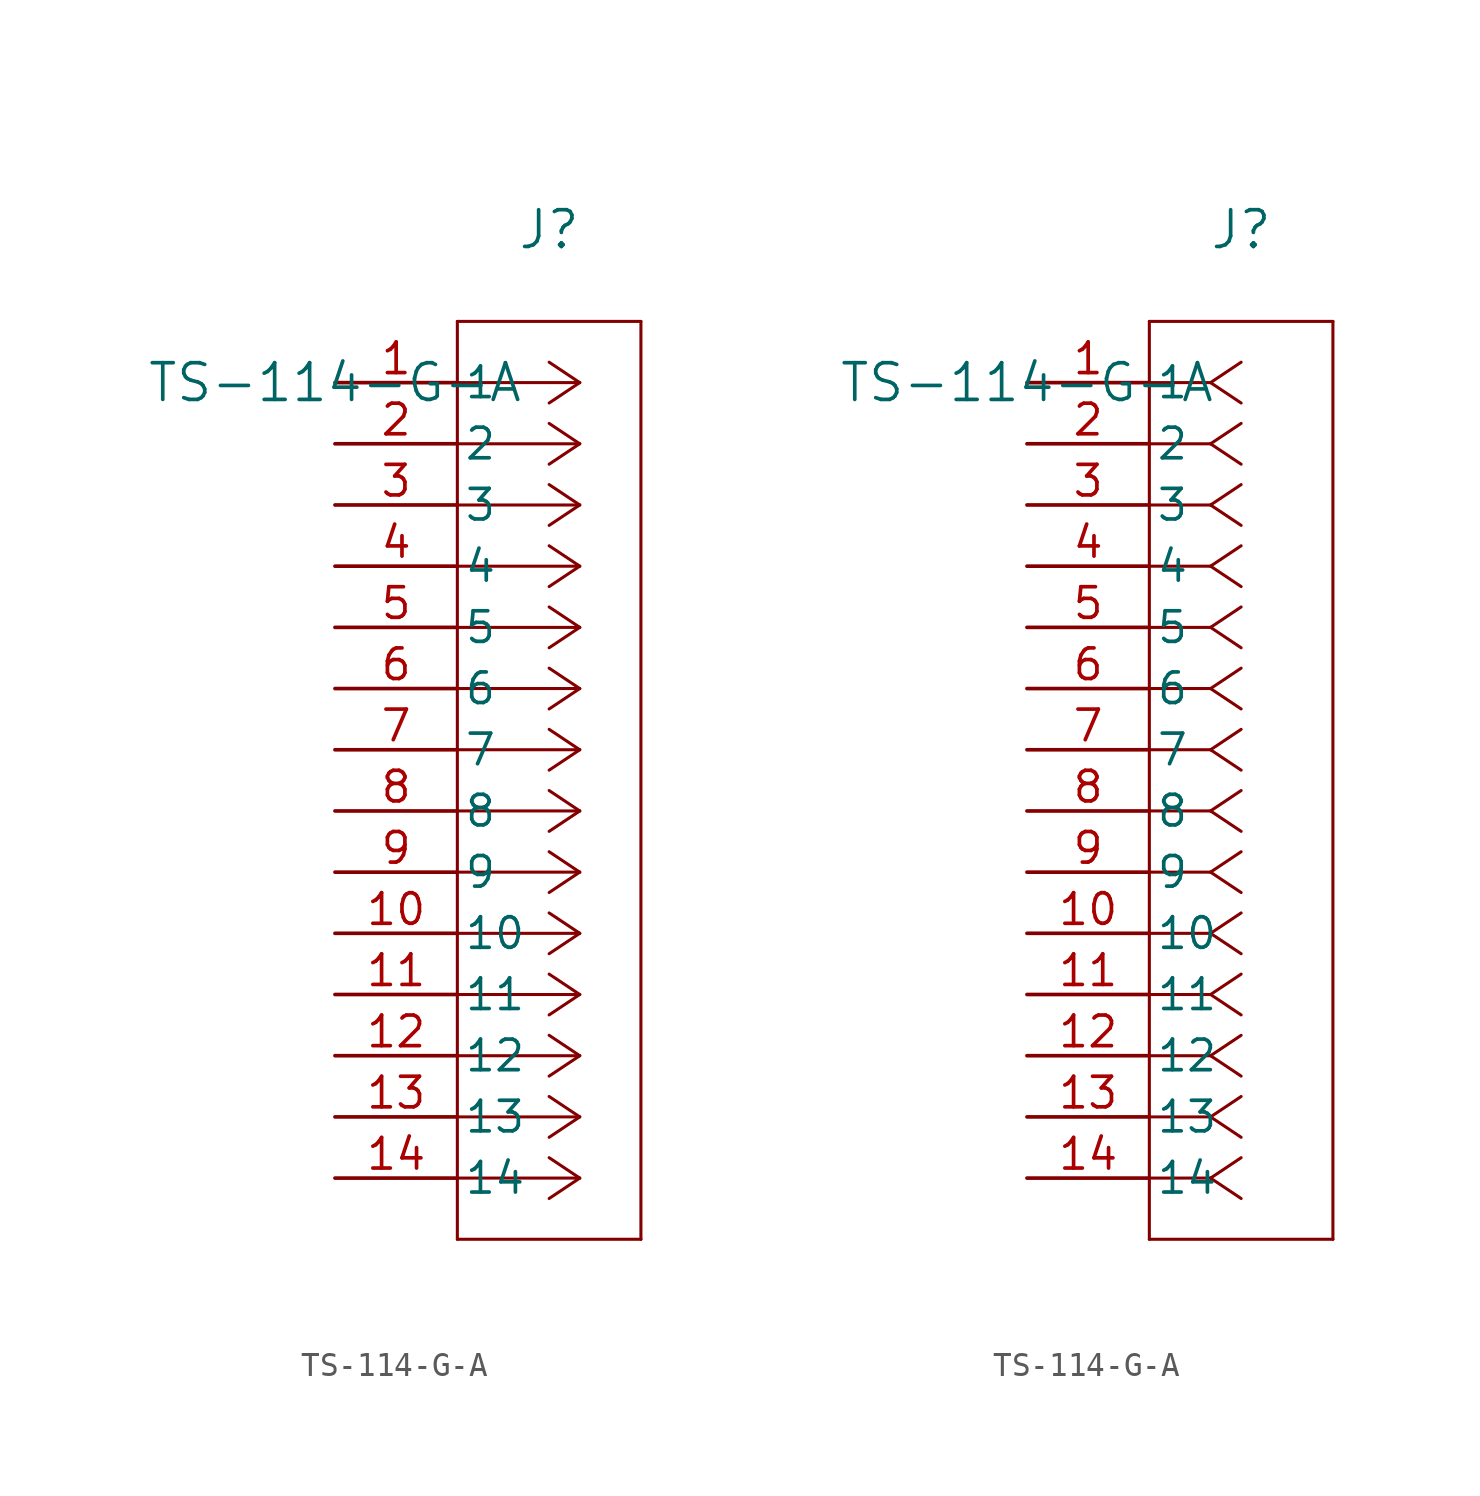
<source format=kicad_sym>
(kicad_symbol_lib
  (version 20211014)
  (generator kicad_symbol_editor)
  (symbol "TS-114-G-A"
    (pin_names
      (offset 0.254))
    (property "Reference" "J"
      (at 8.89 6.35 0)
      (effects (font (size 1.524 1.524))))
    (property "Value" "TS-114-G-A"
      (at 0 0 0)
      (effects (font (size 1.524 1.524))))
    (symbol "TS-114-G-A_1_1"
      (polyline (pts (xy 10.16 0) (xy 5.08 0)) (stroke (width 0.127) (type default) (color 0 0 0 0)) (fill (type none)))
      (polyline (pts (xy 10.16 -2.54) (xy 5.08 -2.54)) (stroke (width 0.127) (type default) (color 0 0 0 0)) (fill (type none)))
      (polyline (pts (xy 10.16 -5.08) (xy 5.08 -5.08)) (stroke (width 0.127) (type default) (color 0 0 0 0)) (fill (type none)))
      (polyline (pts (xy 10.16 -7.62) (xy 5.08 -7.62)) (stroke (width 0.127) (type default) (color 0 0 0 0)) (fill (type none)))
      (polyline (pts (xy 10.16 -10.16) (xy 5.08 -10.16)) (stroke (width 0.127) (type default) (color 0 0 0 0)) (fill (type none)))
      (polyline (pts (xy 10.16 -12.7) (xy 5.08 -12.7)) (stroke (width 0.127) (type default) (color 0 0 0 0)) (fill (type none)))
      (polyline (pts (xy 10.16 -15.24) (xy 5.08 -15.24)) (stroke (width 0.127) (type default) (color 0 0 0 0)) (fill (type none)))
      (polyline (pts (xy 10.16 -17.78) (xy 5.08 -17.78)) (stroke (width 0.127) (type default) (color 0 0 0 0)) (fill (type none)))
      (polyline (pts (xy 10.16 -20.32) (xy 5.08 -20.32)) (stroke (width 0.127) (type default) (color 0 0 0 0)) (fill (type none)))
      (polyline (pts (xy 10.16 -22.86) (xy 5.08 -22.86)) (stroke (width 0.127) (type default) (color 0 0 0 0)) (fill (type none)))
      (polyline (pts (xy 10.16 -25.4) (xy 5.08 -25.4)) (stroke (width 0.127) (type default) (color 0 0 0 0)) (fill (type none)))
      (polyline (pts (xy 10.16 -27.94) (xy 5.08 -27.94)) (stroke (width 0.127) (type default) (color 0 0 0 0)) (fill (type none)))
      (polyline (pts (xy 10.16 -30.48) (xy 5.08 -30.48)) (stroke (width 0.127) (type default) (color 0 0 0 0)) (fill (type none)))
      (polyline (pts (xy 10.16 -33.02) (xy 5.08 -33.02)) (stroke (width 0.127) (type default) (color 0 0 0 0)) (fill (type none)))
      (polyline (pts (xy 10.16 0) (xy 8.89 0.847)) (stroke (width 0.127) (type default) (color 0 0 0 0)) (fill (type none)))
      (polyline (pts (xy 10.16 -2.54) (xy 8.89 -1.693)) (stroke (width 0.127) (type default) (color 0 0 0 0)) (fill (type none)))
      (polyline (pts (xy 10.16 -5.08) (xy 8.89 -4.233)) (stroke (width 0.127) (type default) (color 0 0 0 0)) (fill (type none)))
      (polyline (pts (xy 10.16 -7.62) (xy 8.89 -6.773)) (stroke (width 0.127) (type default) (color 0 0 0 0)) (fill (type none)))
      (polyline (pts (xy 10.16 -10.16) (xy 8.89 -9.313)) (stroke (width 0.127) (type default) (color 0 0 0 0)) (fill (type none)))
      (polyline (pts (xy 10.16 -12.7) (xy 8.89 -11.853)) (stroke (width 0.127) (type default) (color 0 0 0 0)) (fill (type none)))
      (polyline (pts (xy 10.16 -15.24) (xy 8.89 -14.393)) (stroke (width 0.127) (type default) (color 0 0 0 0)) (fill (type none)))
      (polyline (pts (xy 10.16 -17.78) (xy 8.89 -16.933)) (stroke (width 0.127) (type default) (color 0 0 0 0)) (fill (type none)))
      (polyline (pts (xy 10.16 -20.32) (xy 8.89 -19.473)) (stroke (width 0.127) (type default) (color 0 0 0 0)) (fill (type none)))
      (polyline (pts (xy 10.16 -22.86) (xy 8.89 -22.013)) (stroke (width 0.127) (type default) (color 0 0 0 0)) (fill (type none)))
      (polyline (pts (xy 10.16 -25.4) (xy 8.89 -24.553)) (stroke (width 0.127) (type default) (color 0 0 0 0)) (fill (type none)))
      (polyline (pts (xy 10.16 -27.94) (xy 8.89 -27.093)) (stroke (width 0.127) (type default) (color 0 0 0 0)) (fill (type none)))
      (polyline (pts (xy 10.16 -30.48) (xy 8.89 -29.633)) (stroke (width 0.127) (type default) (color 0 0 0 0)) (fill (type none)))
      (polyline (pts (xy 10.16 -33.02) (xy 8.89 -32.173)) (stroke (width 0.127) (type default) (color 0 0 0 0)) (fill (type none)))
      (polyline (pts (xy 10.16 0) (xy 8.89 -0.847)) (stroke (width 0.127) (type default) (color 0 0 0 0)) (fill (type none)))
      (polyline (pts (xy 10.16 -2.54) (xy 8.89 -3.387)) (stroke (width 0.127) (type default) (color 0 0 0 0)) (fill (type none)))
      (polyline (pts (xy 10.16 -5.08) (xy 8.89 -5.927)) (stroke (width 0.127) (type default) (color 0 0 0 0)) (fill (type none)))
      (polyline (pts (xy 10.16 -7.62) (xy 8.89 -8.467)) (stroke (width 0.127) (type default) (color 0 0 0 0)) (fill (type none)))
      (polyline (pts (xy 10.16 -10.16) (xy 8.89 -11.007)) (stroke (width 0.127) (type default) (color 0 0 0 0)) (fill (type none)))
      (polyline (pts (xy 10.16 -12.7) (xy 8.89 -13.547)) (stroke (width 0.127) (type default) (color 0 0 0 0)) (fill (type none)))
      (polyline (pts (xy 10.16 -15.24) (xy 8.89 -16.087)) (stroke (width 0.127) (type default) (color 0 0 0 0)) (fill (type none)))
      (polyline (pts (xy 10.16 -17.78) (xy 8.89 -18.627)) (stroke (width 0.127) (type default) (color 0 0 0 0)) (fill (type none)))
      (polyline (pts (xy 10.16 -20.32) (xy 8.89 -21.167)) (stroke (width 0.127) (type default) (color 0 0 0 0)) (fill (type none)))
      (polyline (pts (xy 10.16 -22.86) (xy 8.89 -23.707)) (stroke (width 0.127) (type default) (color 0 0 0 0)) (fill (type none)))
      (polyline (pts (xy 10.16 -25.4) (xy 8.89 -26.247)) (stroke (width 0.127) (type default) (color 0 0 0 0)) (fill (type none)))
      (polyline (pts (xy 10.16 -27.94) (xy 8.89 -28.787)) (stroke (width 0.127) (type default) (color 0 0 0 0)) (fill (type none)))
      (polyline (pts (xy 10.16 -30.48) (xy 8.89 -31.327)) (stroke (width 0.127) (type default) (color 0 0 0 0)) (fill (type none)))
      (polyline (pts (xy 10.16 -33.02) (xy 8.89 -33.867)) (stroke (width 0.127) (type default) (color 0 0 0 0)) (fill (type none)))
      (polyline (pts (xy 5.08 2.54) (xy 5.08 -35.56)) (stroke (width 0.127) (type default) (color 0 0 0 0)) (fill (type none)))
      (polyline (pts (xy 5.08 -35.56) (xy 12.7 -35.56)) (stroke (width 0.127) (type default) (color 0 0 0 0)) (fill (type none)))
      (polyline (pts (xy 12.7 -35.56) (xy 12.7 2.54)) (stroke (width 0.127) (type default) (color 0 0 0 0)) (fill (type none)))
      (polyline (pts (xy 12.7 2.54) (xy 5.08 2.54)) (stroke (width 0.127) (type default) (color 0 0 0 0)) (fill (type none)))
      (pin unspecified line (at 0 0 0) (length 5.08) (name "1" (effects (font (size 1.27 1.27)))) (number "1" (effects (font (size 1.27 1.27)))))
      (pin unspecified line (at 0 -2.54 0) (length 5.08) (name "2" (effects (font (size 1.27 1.27)))) (number "2" (effects (font (size 1.27 1.27)))))
      (pin unspecified line (at 0 -5.08 0) (length 5.08) (name "3" (effects (font (size 1.27 1.27)))) (number "3" (effects (font (size 1.27 1.27)))))
      (pin unspecified line (at 0 -7.62 0) (length 5.08) (name "4" (effects (font (size 1.27 1.27)))) (number "4" (effects (font (size 1.27 1.27)))))
      (pin unspecified line (at 0 -10.16 0) (length 5.08) (name "5" (effects (font (size 1.27 1.27)))) (number "5" (effects (font (size 1.27 1.27)))))
      (pin unspecified line (at 0 -12.7 0) (length 5.08) (name "6" (effects (font (size 1.27 1.27)))) (number "6" (effects (font (size 1.27 1.27)))))
      (pin unspecified line (at 0 -15.24 0) (length 5.08) (name "7" (effects (font (size 1.27 1.27)))) (number "7" (effects (font (size 1.27 1.27)))))
      (pin unspecified line (at 0 -17.78 0) (length 5.08) (name "8" (effects (font (size 1.27 1.27)))) (number "8" (effects (font (size 1.27 1.27)))))
      (pin unspecified line (at 0 -20.32 0) (length 5.08) (name "9" (effects (font (size 1.27 1.27)))) (number "9" (effects (font (size 1.27 1.27)))))
      (pin unspecified line (at 0 -22.86 0) (length 5.08) (name "10" (effects (font (size 1.27 1.27)))) (number "10" (effects (font (size 1.27 1.27)))))
      (pin unspecified line (at 0 -25.4 0) (length 5.08) (name "11" (effects (font (size 1.27 1.27)))) (number "11" (effects (font (size 1.27 1.27)))))
      (pin unspecified line (at 0 -27.94 0) (length 5.08) (name "12" (effects (font (size 1.27 1.27)))) (number "12" (effects (font (size 1.27 1.27)))))
      (pin unspecified line (at 0 -30.48 0) (length 5.08) (name "13" (effects (font (size 1.27 1.27)))) (number "13" (effects (font (size 1.27 1.27)))))
      (pin unspecified line (at 0 -33.02 0) (length 5.08) (name "14" (effects (font (size 1.27 1.27)))) (number "14" (effects (font (size 1.27 1.27))))))
    (symbol "TS-114-G-A_1_2"
      (polyline (pts (xy 7.62 0) (xy 5.08 0)) (stroke (width 0.127) (type default) (color 0 0 0 0)) (fill (type none)))
      (polyline (pts (xy 7.62 -2.54) (xy 5.08 -2.54)) (stroke (width 0.127) (type default) (color 0 0 0 0)) (fill (type none)))
      (polyline (pts (xy 7.62 -5.08) (xy 5.08 -5.08)) (stroke (width 0.127) (type default) (color 0 0 0 0)) (fill (type none)))
      (polyline (pts (xy 7.62 -7.62) (xy 5.08 -7.62)) (stroke (width 0.127) (type default) (color 0 0 0 0)) (fill (type none)))
      (polyline (pts (xy 7.62 -10.16) (xy 5.08 -10.16)) (stroke (width 0.127) (type default) (color 0 0 0 0)) (fill (type none)))
      (polyline (pts (xy 7.62 -12.7) (xy 5.08 -12.7)) (stroke (width 0.127) (type default) (color 0 0 0 0)) (fill (type none)))
      (polyline (pts (xy 7.62 -15.24) (xy 5.08 -15.24)) (stroke (width 0.127) (type default) (color 0 0 0 0)) (fill (type none)))
      (polyline (pts (xy 7.62 -17.78) (xy 5.08 -17.78)) (stroke (width 0.127) (type default) (color 0 0 0 0)) (fill (type none)))
      (polyline (pts (xy 7.62 -20.32) (xy 5.08 -20.32)) (stroke (width 0.127) (type default) (color 0 0 0 0)) (fill (type none)))
      (polyline (pts (xy 7.62 -22.86) (xy 5.08 -22.86)) (stroke (width 0.127) (type default) (color 0 0 0 0)) (fill (type none)))
      (polyline (pts (xy 7.62 -25.4) (xy 5.08 -25.4)) (stroke (width 0.127) (type default) (color 0 0 0 0)) (fill (type none)))
      (polyline (pts (xy 7.62 -27.94) (xy 5.08 -27.94)) (stroke (width 0.127) (type default) (color 0 0 0 0)) (fill (type none)))
      (polyline (pts (xy 7.62 -30.48) (xy 5.08 -30.48)) (stroke (width 0.127) (type default) (color 0 0 0 0)) (fill (type none)))
      (polyline (pts (xy 7.62 -33.02) (xy 5.08 -33.02)) (stroke (width 0.127) (type default) (color 0 0 0 0)) (fill (type none)))
      (polyline (pts (xy 7.62 0) (xy 8.89 0.847)) (stroke (width 0.127) (type default) (color 0 0 0 0)) (fill (type none)))
      (polyline (pts (xy 7.62 -2.54) (xy 8.89 -1.693)) (stroke (width 0.127) (type default) (color 0 0 0 0)) (fill (type none)))
      (polyline (pts (xy 7.62 -5.08) (xy 8.89 -4.233)) (stroke (width 0.127) (type default) (color 0 0 0 0)) (fill (type none)))
      (polyline (pts (xy 7.62 -7.62) (xy 8.89 -6.773)) (stroke (width 0.127) (type default) (color 0 0 0 0)) (fill (type none)))
      (polyline (pts (xy 7.62 -10.16) (xy 8.89 -9.313)) (stroke (width 0.127) (type default) (color 0 0 0 0)) (fill (type none)))
      (polyline (pts (xy 7.62 -12.7) (xy 8.89 -11.853)) (stroke (width 0.127) (type default) (color 0 0 0 0)) (fill (type none)))
      (polyline (pts (xy 7.62 -15.24) (xy 8.89 -14.393)) (stroke (width 0.127) (type default) (color 0 0 0 0)) (fill (type none)))
      (polyline (pts (xy 7.62 -17.78) (xy 8.89 -16.933)) (stroke (width 0.127) (type default) (color 0 0 0 0)) (fill (type none)))
      (polyline (pts (xy 7.62 -20.32) (xy 8.89 -19.473)) (stroke (width 0.127) (type default) (color 0 0 0 0)) (fill (type none)))
      (polyline (pts (xy 7.62 -22.86) (xy 8.89 -22.013)) (stroke (width 0.127) (type default) (color 0 0 0 0)) (fill (type none)))
      (polyline (pts (xy 7.62 -25.4) (xy 8.89 -24.553)) (stroke (width 0.127) (type default) (color 0 0 0 0)) (fill (type none)))
      (polyline (pts (xy 7.62 -27.94) (xy 8.89 -27.093)) (stroke (width 0.127) (type default) (color 0 0 0 0)) (fill (type none)))
      (polyline (pts (xy 7.62 -30.48) (xy 8.89 -29.633)) (stroke (width 0.127) (type default) (color 0 0 0 0)) (fill (type none)))
      (polyline (pts (xy 7.62 -33.02) (xy 8.89 -32.173)) (stroke (width 0.127) (type default) (color 0 0 0 0)) (fill (type none)))
      (polyline (pts (xy 7.62 0) (xy 8.89 -0.847)) (stroke (width 0.127) (type default) (color 0 0 0 0)) (fill (type none)))
      (polyline (pts (xy 7.62 -2.54) (xy 8.89 -3.387)) (stroke (width 0.127) (type default) (color 0 0 0 0)) (fill (type none)))
      (polyline (pts (xy 7.62 -5.08) (xy 8.89 -5.927)) (stroke (width 0.127) (type default) (color 0 0 0 0)) (fill (type none)))
      (polyline (pts (xy 7.62 -7.62) (xy 8.89 -8.467)) (stroke (width 0.127) (type default) (color 0 0 0 0)) (fill (type none)))
      (polyline (pts (xy 7.62 -10.16) (xy 8.89 -11.007)) (stroke (width 0.127) (type default) (color 0 0 0 0)) (fill (type none)))
      (polyline (pts (xy 7.62 -12.7) (xy 8.89 -13.547)) (stroke (width 0.127) (type default) (color 0 0 0 0)) (fill (type none)))
      (polyline (pts (xy 7.62 -15.24) (xy 8.89 -16.087)) (stroke (width 0.127) (type default) (color 0 0 0 0)) (fill (type none)))
      (polyline (pts (xy 7.62 -17.78) (xy 8.89 -18.627)) (stroke (width 0.127) (type default) (color 0 0 0 0)) (fill (type none)))
      (polyline (pts (xy 7.62 -20.32) (xy 8.89 -21.167)) (stroke (width 0.127) (type default) (color 0 0 0 0)) (fill (type none)))
      (polyline (pts (xy 7.62 -22.86) (xy 8.89 -23.707)) (stroke (width 0.127) (type default) (color 0 0 0 0)) (fill (type none)))
      (polyline (pts (xy 7.62 -25.4) (xy 8.89 -26.247)) (stroke (width 0.127) (type default) (color 0 0 0 0)) (fill (type none)))
      (polyline (pts (xy 7.62 -27.94) (xy 8.89 -28.787)) (stroke (width 0.127) (type default) (color 0 0 0 0)) (fill (type none)))
      (polyline (pts (xy 7.62 -30.48) (xy 8.89 -31.327)) (stroke (width 0.127) (type default) (color 0 0 0 0)) (fill (type none)))
      (polyline (pts (xy 7.62 -33.02) (xy 8.89 -33.867)) (stroke (width 0.127) (type default) (color 0 0 0 0)) (fill (type none)))
      (polyline (pts (xy 5.08 2.54) (xy 5.08 -35.56)) (stroke (width 0.127) (type default) (color 0 0 0 0)) (fill (type none)))
      (polyline (pts (xy 5.08 -35.56) (xy 12.7 -35.56)) (stroke (width 0.127) (type default) (color 0 0 0 0)) (fill (type none)))
      (polyline (pts (xy 12.7 -35.56) (xy 12.7 2.54)) (stroke (width 0.127) (type default) (color 0 0 0 0)) (fill (type none)))
      (polyline (pts (xy 12.7 2.54) (xy 5.08 2.54)) (stroke (width 0.127) (type default) (color 0 0 0 0)) (fill (type none)))
      (pin unspecified line (at 0 0 0) (length 5.08) (name "1" (effects (font (size 1.27 1.27)))) (number "1" (effects (font (size 1.27 1.27)))))
      (pin unspecified line (at 0 -2.54 0) (length 5.08) (name "2" (effects (font (size 1.27 1.27)))) (number "2" (effects (font (size 1.27 1.27)))))
      (pin unspecified line (at 0 -5.08 0) (length 5.08) (name "3" (effects (font (size 1.27 1.27)))) (number "3" (effects (font (size 1.27 1.27)))))
      (pin unspecified line (at 0 -7.62 0) (length 5.08) (name "4" (effects (font (size 1.27 1.27)))) (number "4" (effects (font (size 1.27 1.27)))))
      (pin unspecified line (at 0 -10.16 0) (length 5.08) (name "5" (effects (font (size 1.27 1.27)))) (number "5" (effects (font (size 1.27 1.27)))))
      (pin unspecified line (at 0 -12.7 0) (length 5.08) (name "6" (effects (font (size 1.27 1.27)))) (number "6" (effects (font (size 1.27 1.27)))))
      (pin unspecified line (at 0 -15.24 0) (length 5.08) (name "7" (effects (font (size 1.27 1.27)))) (number "7" (effects (font (size 1.27 1.27)))))
      (pin unspecified line (at 0 -17.78 0) (length 5.08) (name "8" (effects (font (size 1.27 1.27)))) (number "8" (effects (font (size 1.27 1.27)))))
      (pin unspecified line (at 0 -20.32 0) (length 5.08) (name "9" (effects (font (size 1.27 1.27)))) (number "9" (effects (font (size 1.27 1.27)))))
      (pin unspecified line (at 0 -22.86 0) (length 5.08) (name "10" (effects (font (size 1.27 1.27)))) (number "10" (effects (font (size 1.27 1.27)))))
      (pin unspecified line (at 0 -25.4 0) (length 5.08) (name "11" (effects (font (size 1.27 1.27)))) (number "11" (effects (font (size 1.27 1.27)))))
      (pin unspecified line (at 0 -27.94 0) (length 5.08) (name "12" (effects (font (size 1.27 1.27)))) (number "12" (effects (font (size 1.27 1.27)))))
      (pin unspecified line (at 0 -30.48 0) (length 5.08) (name "13" (effects (font (size 1.27 1.27)))) (number "13" (effects (font (size 1.27 1.27)))))
      (pin unspecified line (at 0 -33.02 0) (length 5.08) (name "14" (effects (font (size 1.27 1.27)))) (number "14" (effects (font (size 1.27 1.27))))))))
</source>
